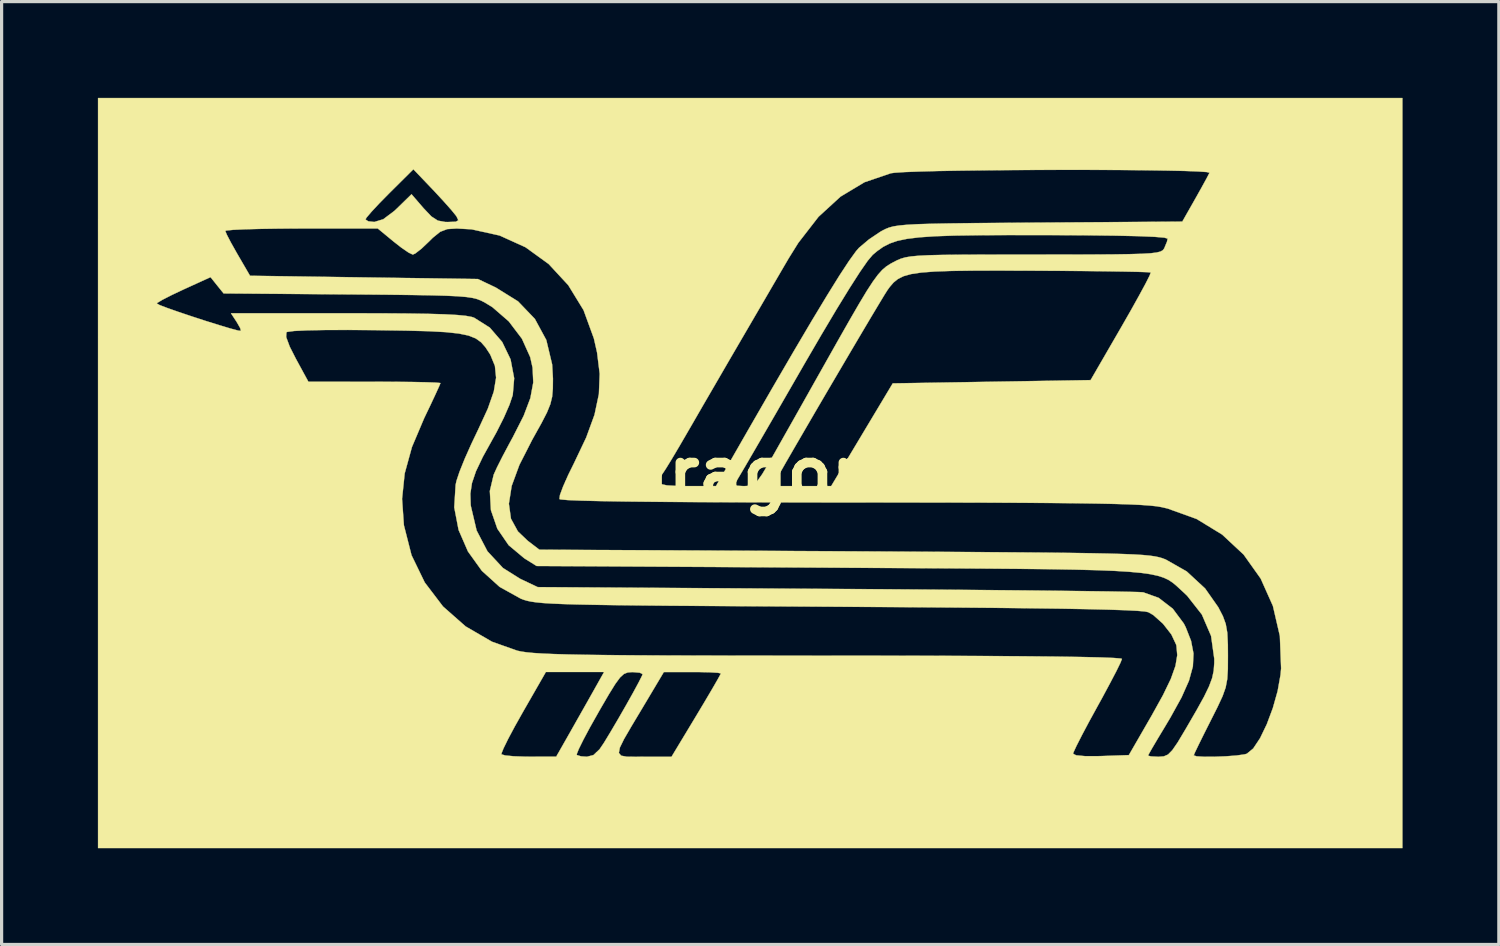
<source format=kicad_pcb>
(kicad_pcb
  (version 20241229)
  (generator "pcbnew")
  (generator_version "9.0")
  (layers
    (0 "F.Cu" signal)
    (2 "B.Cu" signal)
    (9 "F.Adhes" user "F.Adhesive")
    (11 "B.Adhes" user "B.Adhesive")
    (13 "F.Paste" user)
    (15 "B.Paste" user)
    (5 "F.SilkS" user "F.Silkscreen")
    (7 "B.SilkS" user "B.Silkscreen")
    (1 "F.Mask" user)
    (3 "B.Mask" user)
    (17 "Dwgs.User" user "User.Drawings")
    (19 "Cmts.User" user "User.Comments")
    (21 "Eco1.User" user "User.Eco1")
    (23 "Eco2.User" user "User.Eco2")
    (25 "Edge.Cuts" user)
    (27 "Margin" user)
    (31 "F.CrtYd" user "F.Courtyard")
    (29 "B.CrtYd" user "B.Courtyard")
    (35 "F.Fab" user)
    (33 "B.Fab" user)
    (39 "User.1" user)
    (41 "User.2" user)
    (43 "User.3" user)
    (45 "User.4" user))
  (footprint "dragon"
    (layer "F.Cu")
    (at 20.325 11.689)
    (property "Reference" "dragon" (at 0 0 0) (layer "F.SilkS") (effects (font (size 1.524 1.524) (thickness 0.3))))
    (attr through_hole)
    (fp_poly (pts (xy 20.32 11.684) (xy -20.32 11.684) (xy -20.32 8.763) (xy -7.752 8.763) (xy -7.638 8.798) (xy -7.371 8.824) (xy -7.003 8.837) (xy -6.877 8.838) (xy -6.045 8.837) (xy -6.003 8.763) (xy -5.407 8.763) (xy -5.406 8.784) (xy -5.273 8.826) (xy -5.088 8.839) (xy -4.885 8.787) (xy -4.814 8.72) (xy -4.093 8.72) (xy -4.021 8.806) (xy -3.848 8.838) (xy -3.571 8.841) (xy -3.32 8.839) (xy -2.452 8.839) (xy -1.683 7.564) (xy -1.412 7.111) (xy -1.183 6.723) (xy -1.014 6.43) (xy -0.924 6.266) (xy -0.914 6.243) (xy -1.008 6.223) (xy -1.259 6.208) (xy -1.622 6.2) (xy -1.803 6.2) (xy -2.692 6.201) (xy -3.373 7.343) (xy -3.702 7.892) (xy -3.932 8.288) (xy -4.063 8.556) (xy -4.093 8.72) (xy -4.814 8.72) (xy -4.694 8.606) (xy -4.559 8.407) (xy -4.343 8.05) (xy -4.104 7.644) (xy -3.866 7.229) (xy -3.65 6.844) (xy -3.479 6.528) (xy -3.374 6.321) (xy -3.353 6.264) (xy -3.442 6.22) (xy -3.658 6.202) (xy -3.683 6.202) (xy -3.818 6.213) (xy -3.934 6.259) (xy -4.055 6.369) (xy -4.202 6.568) (xy -4.398 6.884) (xy -4.667 7.345) (xy -4.737 7.468) (xy -4.992 7.921) (xy -5.199 8.309) (xy -5.343 8.601) (xy -5.407 8.763) (xy -6.003 8.763) (xy -5.627 8.102) (xy -5.376 7.658) (xy -5.111 7.19) (xy -4.889 6.796) (xy -4.881 6.782) (xy -4.553 6.198) (xy -6.367 6.198) (xy -7.081 7.442) (xy -7.335 7.894) (xy -7.543 8.284) (xy -7.687 8.578) (xy -7.752 8.742) (xy -7.752 8.763) (xy -20.32 8.763) (xy -20.32 -4.237) (xy -14.459 -4.237) (xy -14.346 -3.934) (xy -14.159 -3.566) (xy -13.767 -2.846) (xy -11.709 -2.845) (xy -11.088 -2.843) (xy -10.541 -2.838) (xy -10.101 -2.829) (xy -9.796 -2.818) (xy -9.657 -2.805) (xy -9.652 -2.802) (xy -9.694 -2.7) (xy -9.807 -2.452) (xy -9.973 -2.098) (xy -10.159 -1.71) (xy -10.54 -0.811) (xy -10.766 0.011) (xy -10.848 0.804) (xy -10.792 1.611) (xy -10.79 1.629) (xy -10.553 2.56) (xy -10.141 3.409) (xy -9.573 4.156) (xy -8.868 4.778) (xy -8.045 5.256) (xy -7.261 5.534) (xy -7.135 5.561) (xy -6.97 5.585) (xy -6.754 5.606) (xy -6.474 5.624) (xy -6.118 5.639) (xy -5.672 5.652) (xy -5.124 5.663) (xy -4.461 5.671) (xy -3.67 5.678) (xy -2.738 5.683) (xy -1.653 5.686) (xy -0.401 5.688) (xy 1.03 5.689) (xy 2.46 5.69) (xy 4.245 5.691) (xy 5.839 5.694) (xy 7.242 5.7) (xy 8.452 5.708) (xy 9.467 5.718) (xy 10.285 5.73) (xy 10.905 5.744) (xy 11.327 5.761) (xy 11.547 5.779) (xy 11.582 5.791) (xy 11.535 5.911) (xy 11.406 6.175) (xy 11.21 6.549) (xy 10.967 7.002) (xy 10.82 7.268) (xy 10.557 7.748) (xy 10.334 8.169) (xy 10.166 8.498) (xy 10.073 8.7) (xy 10.058 8.745) (xy 10.155 8.794) (xy 10.428 8.82) (xy 10.851 8.82) (xy 10.928 8.818) (xy 11.797 8.788) (xy 12.506 7.559) (xy 12.861 6.919) (xy 13.106 6.412) (xy 13.25 6.007) (xy 13.305 5.675) (xy 13.28 5.384) (xy 13.271 5.347) (xy 13.122 5.029) (xy 12.861 4.695) (xy 12.558 4.424) (xy 12.404 4.335) (xy 12.292 4.312) (xy 12.054 4.292) (xy 11.681 4.273) (xy 11.168 4.256) (xy 10.505 4.24) (xy 9.686 4.225) (xy 8.702 4.212) (xy 7.547 4.199) (xy 6.212 4.188) (xy 4.69 4.177) (xy 2.974 4.167) (xy 2.743 4.165) (xy 1.148 4.156) (xy -0.257 4.148) (xy -1.485 4.14) (xy -2.548 4.133) (xy -3.459 4.124) (xy -4.232 4.115) (xy -4.878 4.105) (xy -5.411 4.094) (xy -5.844 4.081) (xy -6.189 4.066) (xy -6.46 4.049) (xy -6.669 4.028) (xy -6.829 4.005) (xy -6.953 3.979) (xy -7.054 3.949) (xy -7.144 3.915) (xy -7.153 3.911) (xy -7.809 3.546) (xy -8.362 3.046) (xy -8.795 2.443) (xy -9.087 1.772) (xy -9.222 1.069) (xy -9.179 0.366) (xy -9.152 0.243) (xy -9.058 -0.04) (xy -8.894 -0.448) (xy -8.683 -0.921) (xy -8.478 -1.35) (xy -8.175 -2.008) (xy -7.99 -2.537) (xy -7.918 -2.971) (xy -7.955 -3.341) (xy -8.095 -3.68) (xy -8.124 -3.729) (xy -8.251 -3.922) (xy -8.386 -4.076) (xy -8.553 -4.195) (xy -8.777 -4.284) (xy -9.081 -4.347) (xy -9.489 -4.391) (xy -10.026 -4.42) (xy -10.716 -4.438) (xy -11.583 -4.451) (xy -11.671 -4.453) (xy -12.531 -4.459) (xy -13.249 -4.457) (xy -13.813 -4.446) (xy -14.209 -4.427) (xy -14.42 -4.399) (xy -14.451 -4.386) (xy -14.459 -4.237) (xy -20.32 -4.237) (xy -20.32 -5.282) (xy -18.491 -5.282) (xy -18.401 -5.234) (xy -18.16 -5.142) (xy -17.81 -5.019) (xy -17.396 -4.88) (xy -16.96 -4.738) (xy -16.546 -4.609) (xy -16.197 -4.504) (xy -15.956 -4.44) (xy -15.867 -4.428) (xy -15.892 -4.519) (xy -16 -4.707) (xy -16.006 -4.716) (xy -16.178 -4.978) (xy -12.556 -4.978) (xy -11.538 -4.977) (xy -10.706 -4.971) (xy -10.039 -4.961) (xy -9.521 -4.946) (xy -9.134 -4.925) (xy -8.857 -4.898) (xy -8.675 -4.864) (xy -8.604 -4.841) (xy -8.115 -4.532) (xy -7.728 -4.084) (xy -7.467 -3.542) (xy -7.355 -2.954) (xy -7.399 -2.432) (xy -7.5 -2.131) (xy -7.677 -1.726) (xy -7.9 -1.283) (xy -8.014 -1.078) (xy -8.331 -0.506) (xy -8.545 -0.057) (xy -8.67 0.311) (xy -8.72 0.642) (xy -8.71 0.979) (xy -8.704 1.03) (xy -8.525 1.789) (xy -8.188 2.437) (xy -7.705 2.957) (xy -7.166 3.296) (xy -6.621 3.554) (xy 2.659 3.611) (xy 4.021 3.619) (xy 5.329 3.629) (xy 6.569 3.639) (xy 7.725 3.649) (xy 8.784 3.659) (xy 9.729 3.67) (xy 10.546 3.68) (xy 11.22 3.689) (xy 11.737 3.699) (xy 12.081 3.707) (xy 12.238 3.715) (xy 12.241 3.715) (xy 12.727 3.889) (xy 13.166 4.227) (xy 13.51 4.689) (xy 13.57 4.807) (xy 13.735 5.227) (xy 13.811 5.621) (xy 13.792 6.024) (xy 13.67 6.469) (xy 13.438 6.991) (xy 13.088 7.624) (xy 12.914 7.916) (xy 12.694 8.281) (xy 12.52 8.576) (xy 12.415 8.762) (xy 12.395 8.805) (xy 12.484 8.828) (xy 12.701 8.839) (xy 12.729 8.839) (xy 12.887 8.827) (xy 13.018 8.77) (xy 13.151 8.635) (xy 13.319 8.391) (xy 13.55 8.004) (xy 13.582 7.95) (xy 13.906 7.391) (xy 14.14 6.968) (xy 14.296 6.646) (xy 14.392 6.388) (xy 14.441 6.158) (xy 14.458 5.92) (xy 14.459 5.791) (xy 14.359 5.075) (xy 14.072 4.408) (xy 13.613 3.823) (xy 13.511 3.726) (xy 13.382 3.607) (xy 13.268 3.502) (xy 13.155 3.41) (xy 13.032 3.329) (xy 12.885 3.26) (xy 12.701 3.201) (xy 12.469 3.151) (xy 12.175 3.11) (xy 11.807 3.076) (xy 11.351 3.048) (xy 10.796 3.026) (xy 10.129 3.009) (xy 9.336 2.995) (xy 8.406 2.985) (xy 7.325 2.976) (xy 6.081 2.968) (xy 4.661 2.96) (xy 3.052 2.951) (xy 2.794 2.949) (xy -6.655 2.896) (xy -7.038 2.657) (xy -7.527 2.248) (xy -7.879 1.734) (xy -8.079 1.157) (xy -8.113 0.559) (xy -7.993 0.051) (xy -7.892 -0.172) (xy -7.72 -0.514) (xy -7.506 -0.917) (xy -7.395 -1.121) (xy -7.059 -1.783) (xy -6.85 -2.336) (xy -6.76 -2.822) (xy -6.781 -3.282) (xy -6.855 -3.612) (xy -7.114 -4.187) (xy -7.524 -4.727) (xy -8.035 -5.17) (xy -8.276 -5.317) (xy -8.388 -5.374) (xy -8.506 -5.42) (xy -8.652 -5.457) (xy -8.847 -5.486) (xy -9.112 -5.508) (xy -9.468 -5.525) (xy -9.936 -5.538) (xy -10.538 -5.548) (xy -11.294 -5.557) (xy -12.225 -5.565) (xy -12.548 -5.567) (xy -16.408 -5.597) (xy -16.612 -5.85) (xy -16.815 -6.104) (xy -17.653 -5.722) (xy -18.022 -5.548) (xy -18.308 -5.402) (xy -18.47 -5.305) (xy -18.491 -5.282) (xy -20.32 -5.282) (xy -20.32 -7.544) (xy -16.356 -7.544) (xy -16.307 -7.425) (xy -16.18 -7.181) (xy -16 -6.861) (xy -15.969 -6.807) (xy -15.585 -6.147) (xy -12.034 -6.096) (xy -8.484 -6.045) (xy -7.925 -5.779) (xy -7.235 -5.35) (xy -6.71 -4.803) (xy -6.354 -4.146) (xy -6.172 -3.385) (xy -6.147 -2.946) (xy -6.15 -2.629) (xy -6.172 -2.378) (xy -6.228 -2.147) (xy -6.333 -1.888) (xy -6.506 -1.553) (xy -6.761 -1.095) (xy -6.798 -1.028) (xy -7.192 -0.255) (xy -7.433 0.401) (xy -7.52 0.956) (xy -7.455 1.423) (xy -7.238 1.819) (xy -6.934 2.109) (xy -6.569 2.388) (xy 2.938 2.438) (xy 4.544 2.447) (xy 5.958 2.455) (xy 7.195 2.463) (xy 8.268 2.471) (xy 9.188 2.479) (xy 9.969 2.488) (xy 10.623 2.498) (xy 11.163 2.509) (xy 11.603 2.522) (xy 11.954 2.536) (xy 12.23 2.553) (xy 12.443 2.573) (xy 12.606 2.596) (xy 12.732 2.622) (xy 12.833 2.651) (xy 12.923 2.685) (xy 12.942 2.692) (xy 13.599 3.065) (xy 14.173 3.596) (xy 14.583 4.18) (xy 14.727 4.458) (xy 14.816 4.702) (xy 14.864 4.976) (xy 14.882 5.343) (xy 14.884 5.69) (xy 14.882 6.108) (xy 14.863 6.418) (xy 14.813 6.681) (xy 14.716 6.954) (xy 14.556 7.297) (xy 14.351 7.704) (xy 14.141 8.121) (xy 13.97 8.467) (xy 13.856 8.705) (xy 13.818 8.796) (xy 13.909 8.826) (xy 14.146 8.84) (xy 14.471 8.839) (xy 14.826 8.825) (xy 15.156 8.8) (xy 15.401 8.765) (xy 15.472 8.746) (xy 15.672 8.582) (xy 15.886 8.26) (xy 16.095 7.826) (xy 16.283 7.323) (xy 16.432 6.795) (xy 16.523 6.285) (xy 16.541 6.085) (xy 16.502 5.077) (xy 16.285 4.139) (xy 15.904 3.287) (xy 15.373 2.54) (xy 14.703 1.916) (xy 13.909 1.431) (xy 13.004 1.105) (xy 12.815 1.061) (xy 12.662 1.035) (xy 12.451 1.013) (xy 12.17 0.993) (xy 11.807 0.976) (xy 11.35 0.962) (xy 10.785 0.95) (xy 10.102 0.94) (xy 9.287 0.932) (xy 8.328 0.926) (xy 7.213 0.921) (xy 5.929 0.918) (xy 4.465 0.917) (xy 3.13 0.916) (xy 1.331 0.915) (xy -0.267 0.911) (xy -1.664 0.905) (xy -2.862 0.897) (xy -3.862 0.887) (xy -4.664 0.874) (xy -5.272 0.859) (xy -5.685 0.842) (xy -5.906 0.822) (xy -5.945 0.81) (xy -5.928 0.682) (xy -5.83 0.417) (xy -5.766 0.274) (xy -2.845 0.274) (xy -2.787 0.342) (xy -2.597 0.384) (xy -2.247 0.403) (xy -1.956 0.406) (xy -1.067 0.405) (xy -1.024 0.331) (xy -0.469 0.331) (xy -0.427 0.394) (xy -0.223 0.406) (xy -0.178 0.406) (xy 0.704 0.406) (xy 2.522 0.406) (xy 3.481 -1.194) (xy 4.44 -2.794) (xy 7.522 -2.845) (xy 10.605 -2.896) (xy 11.563 -4.551) (xy 11.861 -5.072) (xy 12.116 -5.53) (xy 12.315 -5.897) (xy 12.441 -6.146) (xy 12.48 -6.248) (xy 12.479 -6.249) (xy 12.372 -6.259) (xy 12.084 -6.269) (xy 11.639 -6.278) (xy 11.061 -6.287) (xy 10.372 -6.295) (xy 9.596 -6.301) (xy 8.821 -6.305) (xy 7.798 -6.308) (xy 6.958 -6.307) (xy 6.279 -6.298) (xy 5.743 -6.279) (xy 5.327 -6.247) (xy 5.012 -6.2) (xy 4.777 -6.134) (xy 4.602 -6.047) (xy 4.466 -5.937) (xy 4.348 -5.8) (xy 4.277 -5.702) (xy 4.188 -5.562) (xy 4.013 -5.272) (xy 3.766 -4.86) (xy 3.464 -4.351) (xy 3.122 -3.772) (xy 2.756 -3.15) (xy 2.381 -2.512) (xy 2.013 -1.883) (xy 1.668 -1.29) (xy 1.36 -0.76) (xy 1.105 -0.319) (xy 0.92 0.007) (xy 0.825 0.178) (xy 0.704 0.406) (xy -0.178 0.406) (xy -0.024 0.398) (xy 0.101 0.354) (xy 0.224 0.244) (xy 0.371 0.038) (xy 0.569 -0.293) (xy 0.764 -0.635) (xy 1.019 -1.087) (xy 1.342 -1.658) (xy 1.7 -2.293) (xy 2.06 -2.933) (xy 2.268 -3.302) (xy 2.725 -4.113) (xy 3.096 -4.765) (xy 3.394 -5.279) (xy 3.631 -5.673) (xy 3.822 -5.966) (xy 3.978 -6.178) (xy 4.112 -6.328) (xy 4.238 -6.436) (xy 4.369 -6.52) (xy 4.465 -6.572) (xy 4.581 -6.632) (xy 4.696 -6.68) (xy 4.831 -6.719) (xy 5.007 -6.749) (xy 5.245 -6.771) (xy 5.566 -6.787) (xy 5.991 -6.797) (xy 6.54 -6.803) (xy 7.236 -6.806) (xy 8.098 -6.807) (xy 8.852 -6.807) (xy 9.851 -6.808) (xy 10.666 -6.809) (xy 11.317 -6.813) (xy 11.823 -6.821) (xy 12.203 -6.832) (xy 12.476 -6.848) (xy 12.661 -6.871) (xy 12.779 -6.9) (xy 12.849 -6.938) (xy 12.888 -6.984) (xy 12.9 -7.004) (xy 12.985 -7.208) (xy 13.005 -7.304) (xy 12.903 -7.335) (xy 12.6 -7.36) (xy 12.097 -7.381) (xy 11.394 -7.397) (xy 10.494 -7.408) (xy 9.398 -7.414) (xy 9.119 -7.414) (xy 8.024 -7.415) (xy 7.112 -7.41) (xy 6.363 -7.399) (xy 5.756 -7.378) (xy 5.271 -7.345) (xy 4.888 -7.298) (xy 4.585 -7.235) (xy 4.344 -7.152) (xy 4.142 -7.048) (xy 3.962 -6.921) (xy 3.816 -6.799) (xy 3.662 -6.617) (xy 3.418 -6.266) (xy 3.091 -5.756) (xy 2.687 -5.098) (xy 2.213 -4.301) (xy 1.674 -3.376) (xy 1.615 -3.273) (xy 1.185 -2.527) (xy 0.783 -1.83) (xy 0.42 -1.203) (xy 0.109 -0.667) (xy -0.137 -0.244) (xy -0.307 0.045) (xy -0.386 0.178) (xy -0.469 0.331) (xy -1.024 0.331) (xy -0.062 -1.347) (xy 0.692 -2.655) (xy 1.352 -3.788) (xy 1.919 -4.748) (xy 2.396 -5.537) (xy 2.783 -6.16) (xy 3.084 -6.618) (xy 3.299 -6.915) (xy 3.39 -7.019) (xy 3.697 -7.278) (xy 4.049 -7.515) (xy 4.115 -7.553) (xy 4.218 -7.605) (xy 4.327 -7.649) (xy 4.461 -7.685) (xy 4.641 -7.713) (xy 4.885 -7.736) (xy 5.212 -7.754) (xy 5.642 -7.767) (xy 6.194 -7.778) (xy 6.888 -7.787) (xy 7.743 -7.794) (xy 8.778 -7.802) (xy 8.992 -7.803) (xy 13.462 -7.834) (xy 13.868 -8.549) (xy 14.062 -8.895) (xy 14.215 -9.174) (xy 14.301 -9.339) (xy 14.309 -9.357) (xy 14.22 -9.379) (xy 13.951 -9.397) (xy 13.526 -9.413) (xy 12.968 -9.425) (xy 12.302 -9.435) (xy 11.55 -9.442) (xy 10.736 -9.446) (xy 9.883 -9.447) (xy 9.016 -9.445) (xy 8.157 -9.44) (xy 7.33 -9.433) (xy 6.558 -9.423) (xy 5.866 -9.411) (xy 5.277 -9.395) (xy 4.813 -9.378) (xy 4.5 -9.357) (xy 4.38 -9.341) (xy 3.559 -9.061) (xy 2.812 -8.612) (xy 2.128 -7.985) (xy 1.497 -7.171) (xy 1.197 -6.689) (xy 0.955 -6.275) (xy 0.642 -5.738) (xy 0.289 -5.132) (xy -0.073 -4.511) (xy -0.304 -4.115) (xy -0.673 -3.482) (xy -1.068 -2.801) (xy -1.455 -2.135) (xy -1.795 -1.546) (xy -1.955 -1.27) (xy -2.217 -0.819) (xy -2.449 -0.428) (xy -2.63 -0.134) (xy -2.737 0.029) (xy -2.751 0.046) (xy -2.84 0.229) (xy -2.845 0.274) (xy -5.766 0.274) (xy -5.669 0.055) (xy -5.496 -0.295) (xy -5.11 -1.108) (xy -4.852 -1.815) (xy -4.715 -2.461) (xy -4.69 -3.093) (xy -4.772 -3.756) (xy -4.872 -4.197) (xy -5.193 -5.076) (xy -5.67 -5.854) (xy -6.28 -6.513) (xy -7.001 -7.035) (xy -7.808 -7.401) (xy -8.681 -7.594) (xy -9.145 -7.62) (xy -9.44 -7.601) (xy -9.661 -7.517) (xy -9.891 -7.33) (xy -10.008 -7.214) (xy -10.244 -6.99) (xy -10.435 -6.842) (xy -10.513 -6.807) (xy -10.643 -6.868) (xy -10.873 -7.026) (xy -11.113 -7.214) (xy -11.605 -7.62) (xy -13.981 -7.62) (xy -14.651 -7.617) (xy -15.248 -7.608) (xy -15.744 -7.595) (xy -16.11 -7.578) (xy -16.318 -7.557) (xy -16.356 -7.544) (xy -20.32 -7.544) (xy -20.32 -7.902) (xy -11.989 -7.902) (xy -11.901 -7.844) (xy -11.713 -7.823) (xy -11.434 -7.908) (xy -11.089 -8.167) (xy -10.996 -8.255) (xy -10.553 -8.687) (xy -10.179 -8.253) (xy -9.934 -7.995) (xy -9.733 -7.865) (xy -9.504 -7.823) (xy -9.418 -7.822) (xy -9.173 -7.831) (xy -9.095 -7.876) (xy -9.147 -7.988) (xy -9.172 -8.025) (xy -9.307 -8.191) (xy -9.54 -8.454) (xy -9.825 -8.763) (xy -9.904 -8.846) (xy -10.495 -9.465) (xy -11.242 -8.723) (xy -11.552 -8.408) (xy -11.799 -8.143) (xy -11.953 -7.962) (xy -11.989 -7.902) (xy -20.32 -7.902) (xy -20.32 -11.684) (xy 20.32 -11.684) (xy 20.32 11.684)) (stroke (width 0.01) (type solid)) (fill yes) (layer "F.SilkS")))
  (gr_rect
    (start -3 -3)
    (end 43.65 26.378)
    (stroke (width 0.1) (type default))
    (fill no)
    (layer "Edge.Cuts")))
</source>
